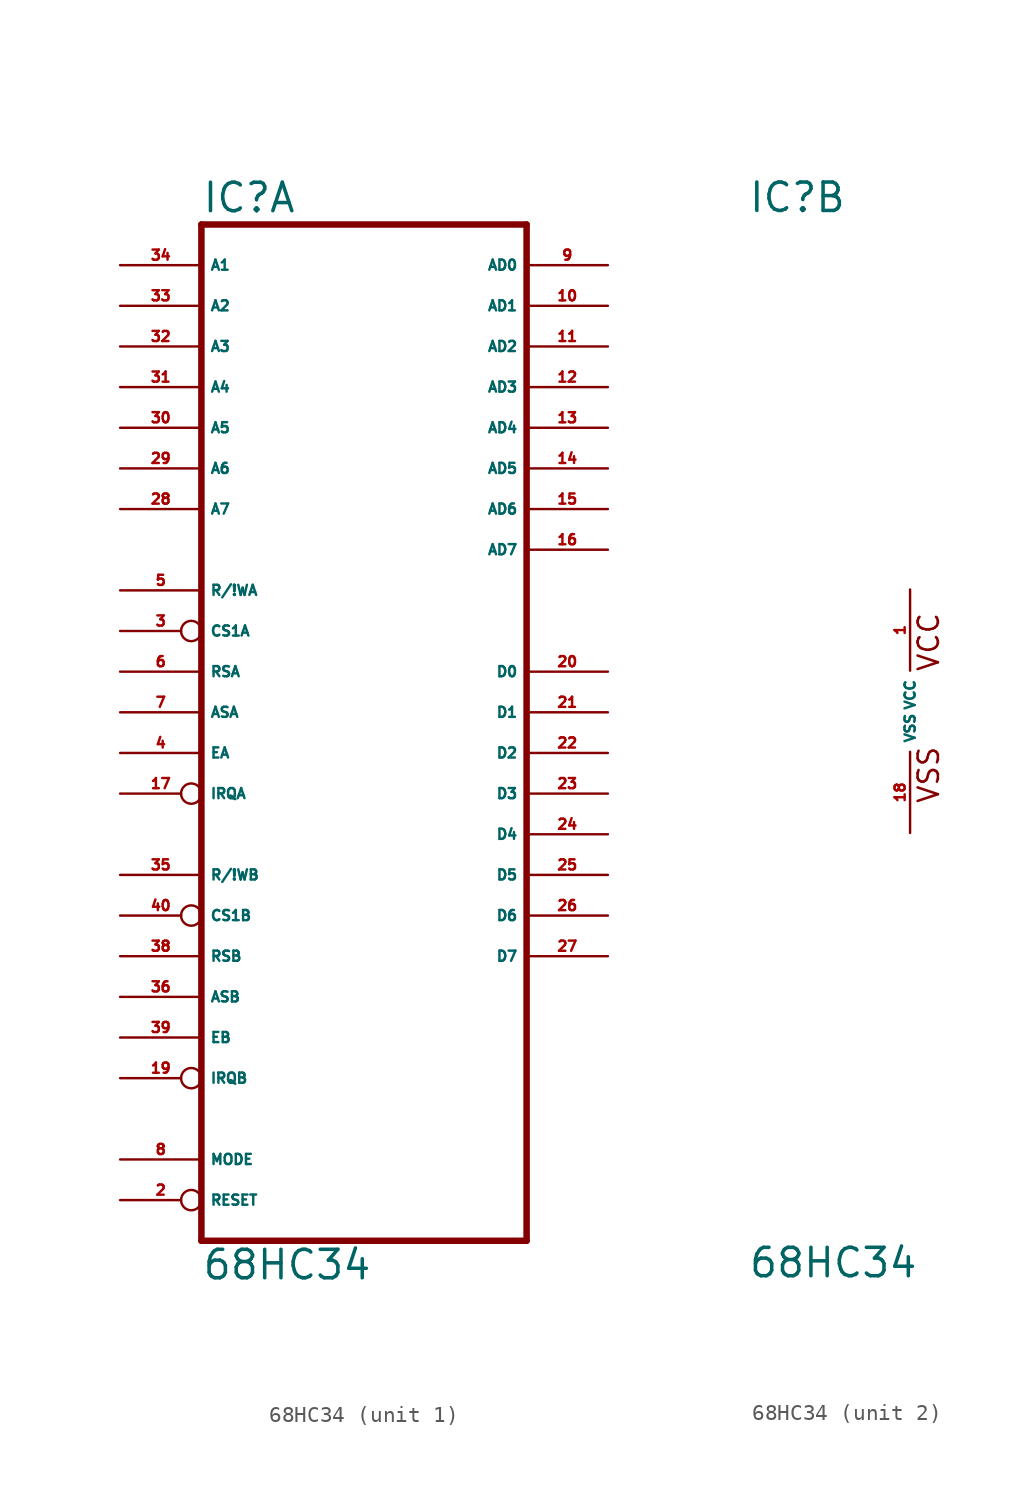
<source format=kicad_sym>
(kicad_symbol_lib
  (version 20220914)
  (generator Eagle2Kicad)
  (symbol "68HC34"
    (property "Reference" "IC"
      (at -10.16 31.115 0)
      (effects (font (size 1.778 1.778) (thickness 0.22)) (justify left bottom)))
    (property "Value" "68HC34"
      (at -10.16 -35.56 0)
      (effects (font (size 1.778 1.778) (thickness 0.22)) (justify left bottom)))
    (symbol "68HC34_1_0"
      (polyline (pts (xy -10.16 -33.02) (xy 10.16 -33.02)) (stroke (width 0.406) (type default)) (fill (type none)))
      (polyline (pts (xy 10.16 -33.02) (xy 10.16 30.48)) (stroke (width 0.406) (type default)) (fill (type none)))
      (polyline (pts (xy 10.16 30.48) (xy -10.16 30.48)) (stroke (width 0.406) (type default)) (fill (type none)))
      (polyline (pts (xy -10.16 30.48) (xy -10.16 -33.02)) (stroke (width 0.406) (type default)) (fill (type none)))
      (pin input inverted (at -15.24 -30.48 0) (length 5.08) (name "RESET" (effects (font (size 0.635 0.635) (thickness 0.08)) (justify left bottom))) (number "2" (effects (font (size 0.635 0.635) (thickness 0.08)) (justify left bottom))))
      (pin input inverted (at -15.24 5.08 0) (length 5.08) (name "CS1A" (effects (font (size 0.635 0.635) (thickness 0.08)) (justify left bottom))) (number "3" (effects (font (size 0.635 0.635) (thickness 0.08)) (justify left bottom))))
      (pin input line (at -15.24 -2.54 0) (length 5.08) (name "EA" (effects (font (size 0.635 0.635) (thickness 0.08)) (justify left bottom))) (number "4" (effects (font (size 0.635 0.635) (thickness 0.08)) (justify left bottom))))
      (pin input line (at -15.24 7.62 0) (length 5.08) (name "R/!WA" (effects (font (size 0.635 0.635) (thickness 0.08)) (justify left bottom))) (number "5" (effects (font (size 0.635 0.635) (thickness 0.08)) (justify left bottom))))
      (pin input line (at -15.24 2.54 0) (length 5.08) (name "RSA" (effects (font (size 0.635 0.635) (thickness 0.08)) (justify left bottom))) (number "6" (effects (font (size 0.635 0.635) (thickness 0.08)) (justify left bottom))))
      (pin input line (at -15.24 0 0) (length 5.08) (name "ASA" (effects (font (size 0.635 0.635) (thickness 0.08)) (justify left bottom))) (number "7" (effects (font (size 0.635 0.635) (thickness 0.08)) (justify left bottom))))
      (pin input line (at -15.24 -27.94 0) (length 5.08) (name "MODE" (effects (font (size 0.635 0.635) (thickness 0.08)) (justify left bottom))) (number "8" (effects (font (size 0.635 0.635) (thickness 0.08)) (justify left bottom))))
      (pin bidirectional line (at 15.24 27.94 180) (length 5.08) (name "AD0" (effects (font (size 0.635 0.635) (thickness 0.08)) (justify left bottom))) (number "9" (effects (font (size 0.635 0.635) (thickness 0.08)) (justify left bottom))))
      (pin bidirectional line (at 15.24 25.4 180) (length 5.08) (name "AD1" (effects (font (size 0.635 0.635) (thickness 0.08)) (justify left bottom))) (number "10" (effects (font (size 0.635 0.635) (thickness 0.08)) (justify left bottom))))
      (pin bidirectional line (at 15.24 22.86 180) (length 5.08) (name "AD2" (effects (font (size 0.635 0.635) (thickness 0.08)) (justify left bottom))) (number "11" (effects (font (size 0.635 0.635) (thickness 0.08)) (justify left bottom))))
      (pin bidirectional line (at 15.24 20.32 180) (length 5.08) (name "AD3" (effects (font (size 0.635 0.635) (thickness 0.08)) (justify left bottom))) (number "12" (effects (font (size 0.635 0.635) (thickness 0.08)) (justify left bottom))))
      (pin bidirectional line (at 15.24 17.78 180) (length 5.08) (name "AD4" (effects (font (size 0.635 0.635) (thickness 0.08)) (justify left bottom))) (number "13" (effects (font (size 0.635 0.635) (thickness 0.08)) (justify left bottom))))
      (pin bidirectional line (at 15.24 15.24 180) (length 5.08) (name "AD5" (effects (font (size 0.635 0.635) (thickness 0.08)) (justify left bottom))) (number "14" (effects (font (size 0.635 0.635) (thickness 0.08)) (justify left bottom))))
      (pin bidirectional line (at 15.24 12.7 180) (length 5.08) (name "AD6" (effects (font (size 0.635 0.635) (thickness 0.08)) (justify left bottom))) (number "15" (effects (font (size 0.635 0.635) (thickness 0.08)) (justify left bottom))))
      (pin bidirectional line (at 15.24 10.16 180) (length 5.08) (name "AD7" (effects (font (size 0.635 0.635) (thickness 0.08)) (justify left bottom))) (number "16" (effects (font (size 0.635 0.635) (thickness 0.08)) (justify left bottom))))
      (pin input inverted (at -15.24 -5.08 0) (length 5.08) (name "IRQA" (effects (font (size 0.635 0.635) (thickness 0.08)) (justify left bottom))) (number "17" (effects (font (size 0.635 0.635) (thickness 0.08)) (justify left bottom))))
      (pin input inverted (at -15.24 -22.86 0) (length 5.08) (name "IRQB" (effects (font (size 0.635 0.635) (thickness 0.08)) (justify left bottom))) (number "19" (effects (font (size 0.635 0.635) (thickness 0.08)) (justify left bottom))))
      (pin bidirectional line (at 15.24 2.54 180) (length 5.08) (name "D0" (effects (font (size 0.635 0.635) (thickness 0.08)) (justify left bottom))) (number "20" (effects (font (size 0.635 0.635) (thickness 0.08)) (justify left bottom))))
      (pin bidirectional line (at 15.24 0 180) (length 5.08) (name "D1" (effects (font (size 0.635 0.635) (thickness 0.08)) (justify left bottom))) (number "21" (effects (font (size 0.635 0.635) (thickness 0.08)) (justify left bottom))))
      (pin bidirectional line (at 15.24 -2.54 180) (length 5.08) (name "D2" (effects (font (size 0.635 0.635) (thickness 0.08)) (justify left bottom))) (number "22" (effects (font (size 0.635 0.635) (thickness 0.08)) (justify left bottom))))
      (pin bidirectional line (at 15.24 -5.08 180) (length 5.08) (name "D3" (effects (font (size 0.635 0.635) (thickness 0.08)) (justify left bottom))) (number "23" (effects (font (size 0.635 0.635) (thickness 0.08)) (justify left bottom))))
      (pin bidirectional line (at 15.24 -7.62 180) (length 5.08) (name "D4" (effects (font (size 0.635 0.635) (thickness 0.08)) (justify left bottom))) (number "24" (effects (font (size 0.635 0.635) (thickness 0.08)) (justify left bottom))))
      (pin bidirectional line (at 15.24 -10.16 180) (length 5.08) (name "D5" (effects (font (size 0.635 0.635) (thickness 0.08)) (justify left bottom))) (number "25" (effects (font (size 0.635 0.635) (thickness 0.08)) (justify left bottom))))
      (pin bidirectional line (at 15.24 -12.7 180) (length 5.08) (name "D6" (effects (font (size 0.635 0.635) (thickness 0.08)) (justify left bottom))) (number "26" (effects (font (size 0.635 0.635) (thickness 0.08)) (justify left bottom))))
      (pin bidirectional line (at 15.24 -15.24 180) (length 5.08) (name "D7" (effects (font (size 0.635 0.635) (thickness 0.08)) (justify left bottom))) (number "27" (effects (font (size 0.635 0.635) (thickness 0.08)) (justify left bottom))))
      (pin input line (at -15.24 12.7 0) (length 5.08) (name "A7" (effects (font (size 0.635 0.635) (thickness 0.08)) (justify left bottom))) (number "28" (effects (font (size 0.635 0.635) (thickness 0.08)) (justify left bottom))))
      (pin input line (at -15.24 15.24 0) (length 5.08) (name "A6" (effects (font (size 0.635 0.635) (thickness 0.08)) (justify left bottom))) (number "29" (effects (font (size 0.635 0.635) (thickness 0.08)) (justify left bottom))))
      (pin input line (at -15.24 17.78 0) (length 5.08) (name "A5" (effects (font (size 0.635 0.635) (thickness 0.08)) (justify left bottom))) (number "30" (effects (font (size 0.635 0.635) (thickness 0.08)) (justify left bottom))))
      (pin input line (at -15.24 20.32 0) (length 5.08) (name "A4" (effects (font (size 0.635 0.635) (thickness 0.08)) (justify left bottom))) (number "31" (effects (font (size 0.635 0.635) (thickness 0.08)) (justify left bottom))))
      (pin input line (at -15.24 22.86 0) (length 5.08) (name "A3" (effects (font (size 0.635 0.635) (thickness 0.08)) (justify left bottom))) (number "32" (effects (font (size 0.635 0.635) (thickness 0.08)) (justify left bottom))))
      (pin input line (at -15.24 25.4 0) (length 5.08) (name "A2" (effects (font (size 0.635 0.635) (thickness 0.08)) (justify left bottom))) (number "33" (effects (font (size 0.635 0.635) (thickness 0.08)) (justify left bottom))))
      (pin input line (at -15.24 27.94 0) (length 5.08) (name "A1" (effects (font (size 0.635 0.635) (thickness 0.08)) (justify left bottom))) (number "34" (effects (font (size 0.635 0.635) (thickness 0.08)) (justify left bottom))))
      (pin input line (at -15.24 -10.16 0) (length 5.08) (name "R/!WB" (effects (font (size 0.635 0.635) (thickness 0.08)) (justify left bottom))) (number "35" (effects (font (size 0.635 0.635) (thickness 0.08)) (justify left bottom))))
      (pin input line (at -15.24 -17.78 0) (length 5.08) (name "ASB" (effects (font (size 0.635 0.635) (thickness 0.08)) (justify left bottom))) (number "36" (effects (font (size 0.635 0.635) (thickness 0.08)) (justify left bottom))))
      (pin input line (at -15.24 -15.24 0) (length 5.08) (name "RSB" (effects (font (size 0.635 0.635) (thickness 0.08)) (justify left bottom))) (number "38" (effects (font (size 0.635 0.635) (thickness 0.08)) (justify left bottom))))
      (pin input line (at -15.24 -20.32 0) (length 5.08) (name "EB" (effects (font (size 0.635 0.635) (thickness 0.08)) (justify left bottom))) (number "39" (effects (font (size 0.635 0.635) (thickness 0.08)) (justify left bottom))))
      (pin input inverted (at -15.24 -12.7 0) (length 5.08) (name "CS1B" (effects (font (size 0.635 0.635) (thickness 0.08)) (justify left bottom))) (number "40" (effects (font (size 0.635 0.635) (thickness 0.08)) (justify left bottom)))))
    (symbol "68HC34_2_0"
      (text "VSS" (at 1.905 -5.842 900) (effects (font (size 1.27 1.27) (thickness 0.16)) (justify left bottom)))
      (text "VCC" (at 1.905 2.413 900) (effects (font (size 1.27 1.27) (thickness 0.16)) (justify left bottom)))
      (pin unspecified line (at 0 -7.62 90) (length 5.08) (name "VSS" (effects (font (size 0.635 0.635) (thickness 0.08)) (justify left bottom))) (number "18" (effects (font (size 0.635 0.635) (thickness 0.08)) (justify left bottom))))
      (pin unspecified line (at 0 7.62 270) (length 5.08) (name "VCC" (effects (font (size 0.635 0.635) (thickness 0.08)) (justify left bottom))) (number "1" (effects (font (size 0.635 0.635) (thickness 0.08)) (justify left bottom)))))))
</source>
